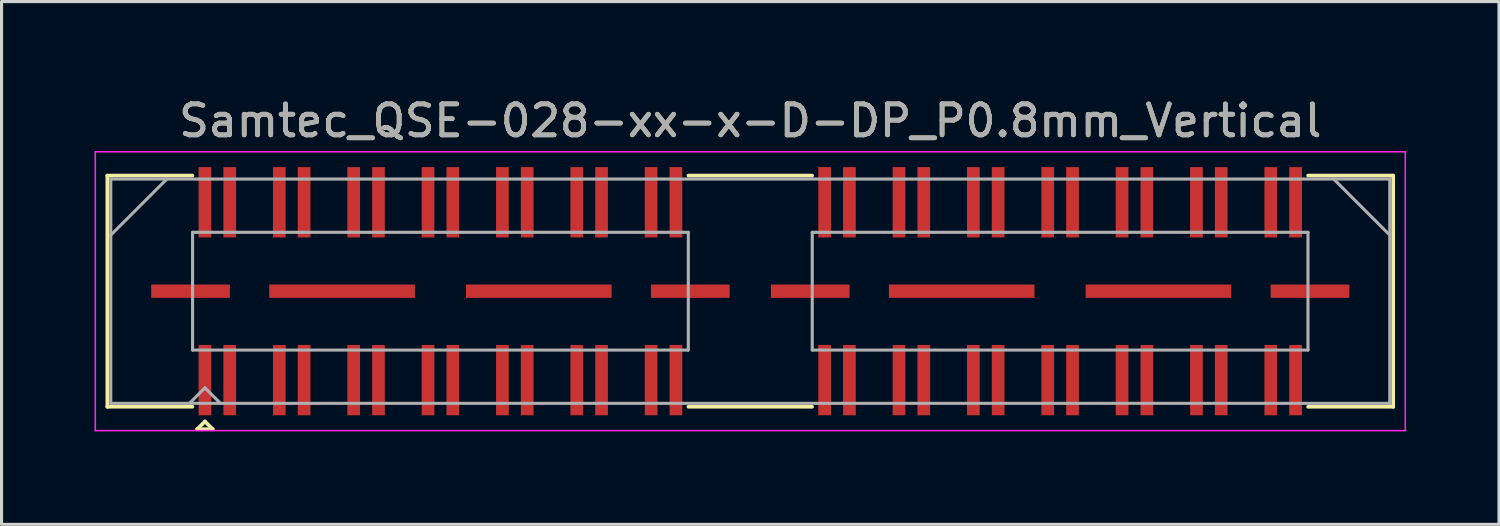
<source format=kicad_pcb>
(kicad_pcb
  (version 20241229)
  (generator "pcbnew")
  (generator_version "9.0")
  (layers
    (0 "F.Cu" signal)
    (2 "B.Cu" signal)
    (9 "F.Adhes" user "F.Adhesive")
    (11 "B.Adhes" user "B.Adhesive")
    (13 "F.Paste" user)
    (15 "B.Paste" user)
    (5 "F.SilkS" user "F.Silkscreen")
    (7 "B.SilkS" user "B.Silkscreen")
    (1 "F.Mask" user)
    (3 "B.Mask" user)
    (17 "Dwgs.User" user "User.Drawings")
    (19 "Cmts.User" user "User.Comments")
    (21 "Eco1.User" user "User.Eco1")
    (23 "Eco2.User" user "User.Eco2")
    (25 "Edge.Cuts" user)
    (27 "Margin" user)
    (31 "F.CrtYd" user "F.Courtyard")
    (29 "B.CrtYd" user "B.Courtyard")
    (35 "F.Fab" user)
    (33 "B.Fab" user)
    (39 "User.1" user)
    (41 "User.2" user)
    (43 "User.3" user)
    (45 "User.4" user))
  (footprint "Samtec_QSE-028-xx-x-D-DP_P0.8mm_Vertical"
    (layer "F.Cu")
    (at 21.165 6.348)
    (property "Reference" "Samtec_QSE-028-xx-x-D-DP_P0.8mm_Vertical" (at 0 -5.5 0) (layer "F.SilkS") (effects (font (size 1 1) (thickness 0.15))))
    (attr smd)
    (fp_line (start -20.75 -3.73) (end -18.005 -3.73) (stroke (width 0.12) (type solid)) (layer "F.SilkS"))
    (fp_line (start -20.75 3.73) (end -20.75 -3.73) (stroke (width 0.12) (type solid)) (layer "F.SilkS"))
    (fp_line (start -18.005 3.73) (end -20.75 3.73) (stroke (width 0.12) (type solid)) (layer "F.SilkS"))
    (fp_line (start -17.85 4.455) (end -17.6 4.205) (stroke (width 0.12) (type solid)) (layer "F.SilkS"))
    (fp_line (start -17.6 4.205) (end -17.35 4.455) (stroke (width 0.12) (type solid)) (layer "F.SilkS"))
    (fp_line (start -17.35 4.455) (end -17.85 4.455) (stroke (width 0.12) (type solid)) (layer "F.SilkS"))
    (fp_line (start -1.995 -3.73) (end 1.995 -3.73) (stroke (width 0.12) (type solid)) (layer "F.SilkS"))
    (fp_line (start -1.995 3.73) (end 1.995 3.73) (stroke (width 0.12) (type solid)) (layer "F.SilkS"))
    (fp_line (start 18.005 3.73) (end 20.75 3.73) (stroke (width 0.12) (type solid)) (layer "F.SilkS"))
    (fp_line (start 20.75 -3.73) (end 18.005 -3.73) (stroke (width 0.12) (type solid)) (layer "F.SilkS"))
    (fp_line (start 20.75 3.73) (end 20.75 -3.73) (stroke (width 0.12) (type solid)) (layer "F.SilkS"))
    (fp_line (start -21.14 -4.5) (end -21.14 4.5) (stroke (width 0.05) (type solid)) (layer "F.CrtYd"))
    (fp_line (start -21.14 4.5) (end 21.14 4.5) (stroke (width 0.05) (type solid)) (layer "F.CrtYd"))
    (fp_line (start 21.14 -4.5) (end -21.14 -4.5) (stroke (width 0.05) (type solid)) (layer "F.CrtYd"))
    (fp_line (start 21.14 4.5) (end 21.14 -4.5) (stroke (width 0.05) (type solid)) (layer "F.CrtYd"))
    (fp_line (start -20.64 -3.62) (end -20.64 3.62) (stroke (width 0.1) (type solid)) (layer "F.Fab"))
    (fp_line (start -20.64 -1.81) (end -18.83 -3.62) (stroke (width 0.1) (type solid)) (layer "F.Fab"))
    (fp_line (start -20.64 3.62) (end 20.64 3.62) (stroke (width 0.1) (type solid)) (layer "F.Fab"))
    (fp_line (start -18.1 3.62) (end -17.6 3.12) (stroke (width 0.1) (type solid)) (layer "F.Fab"))
    (fp_line (start -18 -1.9) (end -18 1.9) (stroke (width 0.1) (type solid)) (layer "F.Fab"))
    (fp_line (start -18 1.9) (end -2 1.9) (stroke (width 0.1) (type solid)) (layer "F.Fab"))
    (fp_line (start -17.6 3.12) (end -17.1 3.62) (stroke (width 0.1) (type solid)) (layer "F.Fab"))
    (fp_line (start -2 -1.9) (end -18 -1.9) (stroke (width 0.1) (type solid)) (layer "F.Fab"))
    (fp_line (start -2 1.9) (end -2 -1.9) (stroke (width 0.1) (type solid)) (layer "F.Fab"))
    (fp_line (start 2 -1.9) (end 2 1.9) (stroke (width 0.1) (type solid)) (layer "F.Fab"))
    (fp_line (start 2 1.9) (end 18 1.9) (stroke (width 0.1) (type solid)) (layer "F.Fab"))
    (fp_line (start 18 -1.9) (end 2 -1.9) (stroke (width 0.1) (type solid)) (layer "F.Fab"))
    (fp_line (start 18 1.9) (end 18 -1.9) (stroke (width 0.1) (type solid)) (layer "F.Fab"))
    (fp_line (start 20.64 -3.62) (end -20.64 -3.62) (stroke (width 0.1) (type solid)) (layer "F.Fab"))
    (fp_line (start 20.64 -1.81) (end 18.83 -3.62) (stroke (width 0.1) (type solid)) (layer "F.Fab"))
    (fp_line (start 20.64 3.62) (end 20.64 -3.62) (stroke (width 0.1) (type solid)) (layer "F.Fab"))
    (fp_text user "${REFERENCE}" (at 0 -5.5 0) (layer "F.Fab") (effects (font (size 1 1) (thickness 0.15))))
    (pad "1" smd rect (at -17.6 2.87) (size 0.41 2.27) (layers "F.Cu" "F.Mask" "F.Paste"))
    (pad "2" smd rect (at -17.6 -2.87) (size 0.41 2.27) (layers "F.Cu" "F.Mask" "F.Paste"))
    (pad "3" smd rect (at -16.8 2.87) (size 0.41 2.27) (layers "F.Cu" "F.Mask" "F.Paste"))
    (pad "4" smd rect (at -16.8 -2.87) (size 0.41 2.27) (layers "F.Cu" "F.Mask" "F.Paste"))
    (pad "5" smd rect (at -15.2 2.87) (size 0.41 2.27) (layers "F.Cu" "F.Mask" "F.Paste"))
    (pad "6" smd rect (at -15.2 -2.87) (size 0.41 2.27) (layers "F.Cu" "F.Mask" "F.Paste"))
    (pad "7" smd rect (at -14.4 2.87) (size 0.41 2.27) (layers "F.Cu" "F.Mask" "F.Paste"))
    (pad "8" smd rect (at -14.4 -2.87) (size 0.41 2.27) (layers "F.Cu" "F.Mask" "F.Paste"))
    (pad "9" smd rect (at -12.8 2.87) (size 0.41 2.27) (layers "F.Cu" "F.Mask" "F.Paste"))
    (pad "10" smd rect (at -12.8 -2.87) (size 0.41 2.27) (layers "F.Cu" "F.Mask" "F.Paste"))
    (pad "11" smd rect (at -12 2.87) (size 0.41 2.27) (layers "F.Cu" "F.Mask" "F.Paste"))
    (pad "12" smd rect (at -12 -2.87) (size 0.41 2.27) (layers "F.Cu" "F.Mask" "F.Paste"))
    (pad "13" smd rect (at -10.4 2.87) (size 0.41 2.27) (layers "F.Cu" "F.Mask" "F.Paste"))
    (pad "14" smd rect (at -10.4 -2.87) (size 0.41 2.27) (layers "F.Cu" "F.Mask" "F.Paste"))
    (pad "15" smd rect (at -9.6 2.87) (size 0.41 2.27) (layers "F.Cu" "F.Mask" "F.Paste"))
    (pad "16" smd rect (at -9.6 -2.87) (size 0.41 2.27) (layers "F.Cu" "F.Mask" "F.Paste"))
    (pad "17" smd rect (at -8 2.87) (size 0.41 2.27) (layers "F.Cu" "F.Mask" "F.Paste"))
    (pad "18" smd rect (at -8 -2.87) (size 0.41 2.27) (layers "F.Cu" "F.Mask" "F.Paste"))
    (pad "19" smd rect (at -7.2 2.87) (size 0.41 2.27) (layers "F.Cu" "F.Mask" "F.Paste"))
    (pad "20" smd rect (at -7.2 -2.87) (size 0.41 2.27) (layers "F.Cu" "F.Mask" "F.Paste"))
    (pad "21" smd rect (at -5.6 2.87) (size 0.41 2.27) (layers "F.Cu" "F.Mask" "F.Paste"))
    (pad "22" smd rect (at -5.6 -2.87) (size 0.41 2.27) (layers "F.Cu" "F.Mask" "F.Paste"))
    (pad "23" smd rect (at -4.8 2.87) (size 0.41 2.27) (layers "F.Cu" "F.Mask" "F.Paste"))
    (pad "24" smd rect (at -4.8 -2.87) (size 0.41 2.27) (layers "F.Cu" "F.Mask" "F.Paste"))
    (pad "25" smd rect (at -3.2 2.87) (size 0.41 2.27) (layers "F.Cu" "F.Mask" "F.Paste"))
    (pad "26" smd rect (at -3.2 -2.87) (size 0.41 2.27) (layers "F.Cu" "F.Mask" "F.Paste"))
    (pad "27" smd rect (at -2.4 2.87) (size 0.41 2.27) (layers "F.Cu" "F.Mask" "F.Paste"))
    (pad "28" smd rect (at -2.4 -2.87) (size 0.41 2.27) (layers "F.Cu" "F.Mask" "F.Paste"))
    (pad "29" smd rect (at 2.4 2.87) (size 0.41 2.27) (layers "F.Cu" "F.Mask" "F.Paste"))
    (pad "30" smd rect (at 2.4 -2.87) (size 0.41 2.27) (layers "F.Cu" "F.Mask" "F.Paste"))
    (pad "31" smd rect (at 3.2 2.87) (size 0.41 2.27) (layers "F.Cu" "F.Mask" "F.Paste"))
    (pad "32" smd rect (at 3.2 -2.87) (size 0.41 2.27) (layers "F.Cu" "F.Mask" "F.Paste"))
    (pad "33" smd rect (at 4.8 2.87) (size 0.41 2.27) (layers "F.Cu" "F.Mask" "F.Paste"))
    (pad "34" smd rect (at 4.8 -2.87) (size 0.41 2.27) (layers "F.Cu" "F.Mask" "F.Paste"))
    (pad "35" smd rect (at 5.6 2.87) (size 0.41 2.27) (layers "F.Cu" "F.Mask" "F.Paste"))
    (pad "36" smd rect (at 5.6 -2.87) (size 0.41 2.27) (layers "F.Cu" "F.Mask" "F.Paste"))
    (pad "37" smd rect (at 7.2 2.87) (size 0.41 2.27) (layers "F.Cu" "F.Mask" "F.Paste"))
    (pad "38" smd rect (at 7.2 -2.87) (size 0.41 2.27) (layers "F.Cu" "F.Mask" "F.Paste"))
    (pad "39" smd rect (at 8 2.87) (size 0.41 2.27) (layers "F.Cu" "F.Mask" "F.Paste"))
    (pad "40" smd rect (at 8 -2.87) (size 0.41 2.27) (layers "F.Cu" "F.Mask" "F.Paste"))
    (pad "41" smd rect (at 9.6 2.87) (size 0.41 2.27) (layers "F.Cu" "F.Mask" "F.Paste"))
    (pad "42" smd rect (at 9.6 -2.87) (size 0.41 2.27) (layers "F.Cu" "F.Mask" "F.Paste"))
    (pad "43" smd rect (at 10.4 2.87) (size 0.41 2.27) (layers "F.Cu" "F.Mask" "F.Paste"))
    (pad "44" smd rect (at 10.4 -2.87) (size 0.41 2.27) (layers "F.Cu" "F.Mask" "F.Paste"))
    (pad "45" smd rect (at 12 2.87) (size 0.41 2.27) (layers "F.Cu" "F.Mask" "F.Paste"))
    (pad "46" smd rect (at 12 -2.87) (size 0.41 2.27) (layers "F.Cu" "F.Mask" "F.Paste"))
    (pad "47" smd rect (at 12.8 2.87) (size 0.41 2.27) (layers "F.Cu" "F.Mask" "F.Paste"))
    (pad "48" smd rect (at 12.8 -2.87) (size 0.41 2.27) (layers "F.Cu" "F.Mask" "F.Paste"))
    (pad "49" smd rect (at 14.4 2.87) (size 0.41 2.27) (layers "F.Cu" "F.Mask" "F.Paste"))
    (pad "50" smd rect (at 14.4 -2.87) (size 0.41 2.27) (layers "F.Cu" "F.Mask" "F.Paste"))
    (pad "51" smd rect (at 15.2 2.87) (size 0.41 2.27) (layers "F.Cu" "F.Mask" "F.Paste"))
    (pad "52" smd rect (at 15.2 -2.87) (size 0.41 2.27) (layers "F.Cu" "F.Mask" "F.Paste"))
    (pad "53" smd rect (at 16.8 2.87) (size 0.41 2.27) (layers "F.Cu" "F.Mask" "F.Paste"))
    (pad "54" smd rect (at 16.8 -2.87) (size 0.41 2.27) (layers "F.Cu" "F.Mask" "F.Paste"))
    (pad "55" smd rect (at 17.6 2.87) (size 0.41 2.27) (layers "F.Cu" "F.Mask" "F.Paste"))
    (pad "56" smd rect (at 17.6 -2.87) (size 0.41 2.27) (layers "F.Cu" "F.Mask" "F.Paste"))
    (pad "57" smd rect (at -18.065 0) (size 2.54 0.43) (layers "F.Cu" "F.Mask" "F.Paste"))
    (pad "58" smd rect (at -13.175 0) (size 4.7 0.43) (layers "F.Cu" "F.Mask" "F.Paste"))
    (pad "59" smd rect (at -6.825 0) (size 4.7 0.43) (layers "F.Cu" "F.Mask" "F.Paste"))
    (pad "60" smd rect (at -1.935 0) (size 2.54 0.43) (layers "F.Cu" "F.Mask" "F.Paste"))
    (pad "61" smd rect (at 1.935 0) (size 2.54 0.43) (layers "F.Cu" "F.Mask" "F.Paste"))
    (pad "62" smd rect (at 6.825 0) (size 4.7 0.43) (layers "F.Cu" "F.Mask" "F.Paste"))
    (pad "63" smd rect (at 13.175 0) (size 4.7 0.43) (layers "F.Cu" "F.Mask" "F.Paste"))
    (pad "64" smd rect (at 18.065 0) (size 2.54 0.43) (layers "F.Cu" "F.Mask" "F.Paste")))
  (gr_rect
    (start -3 -3)
    (end 45.33 13.873)
    (stroke (width 0.1) (type default))
    (fill no)
    (layer "Edge.Cuts")))
</source>
